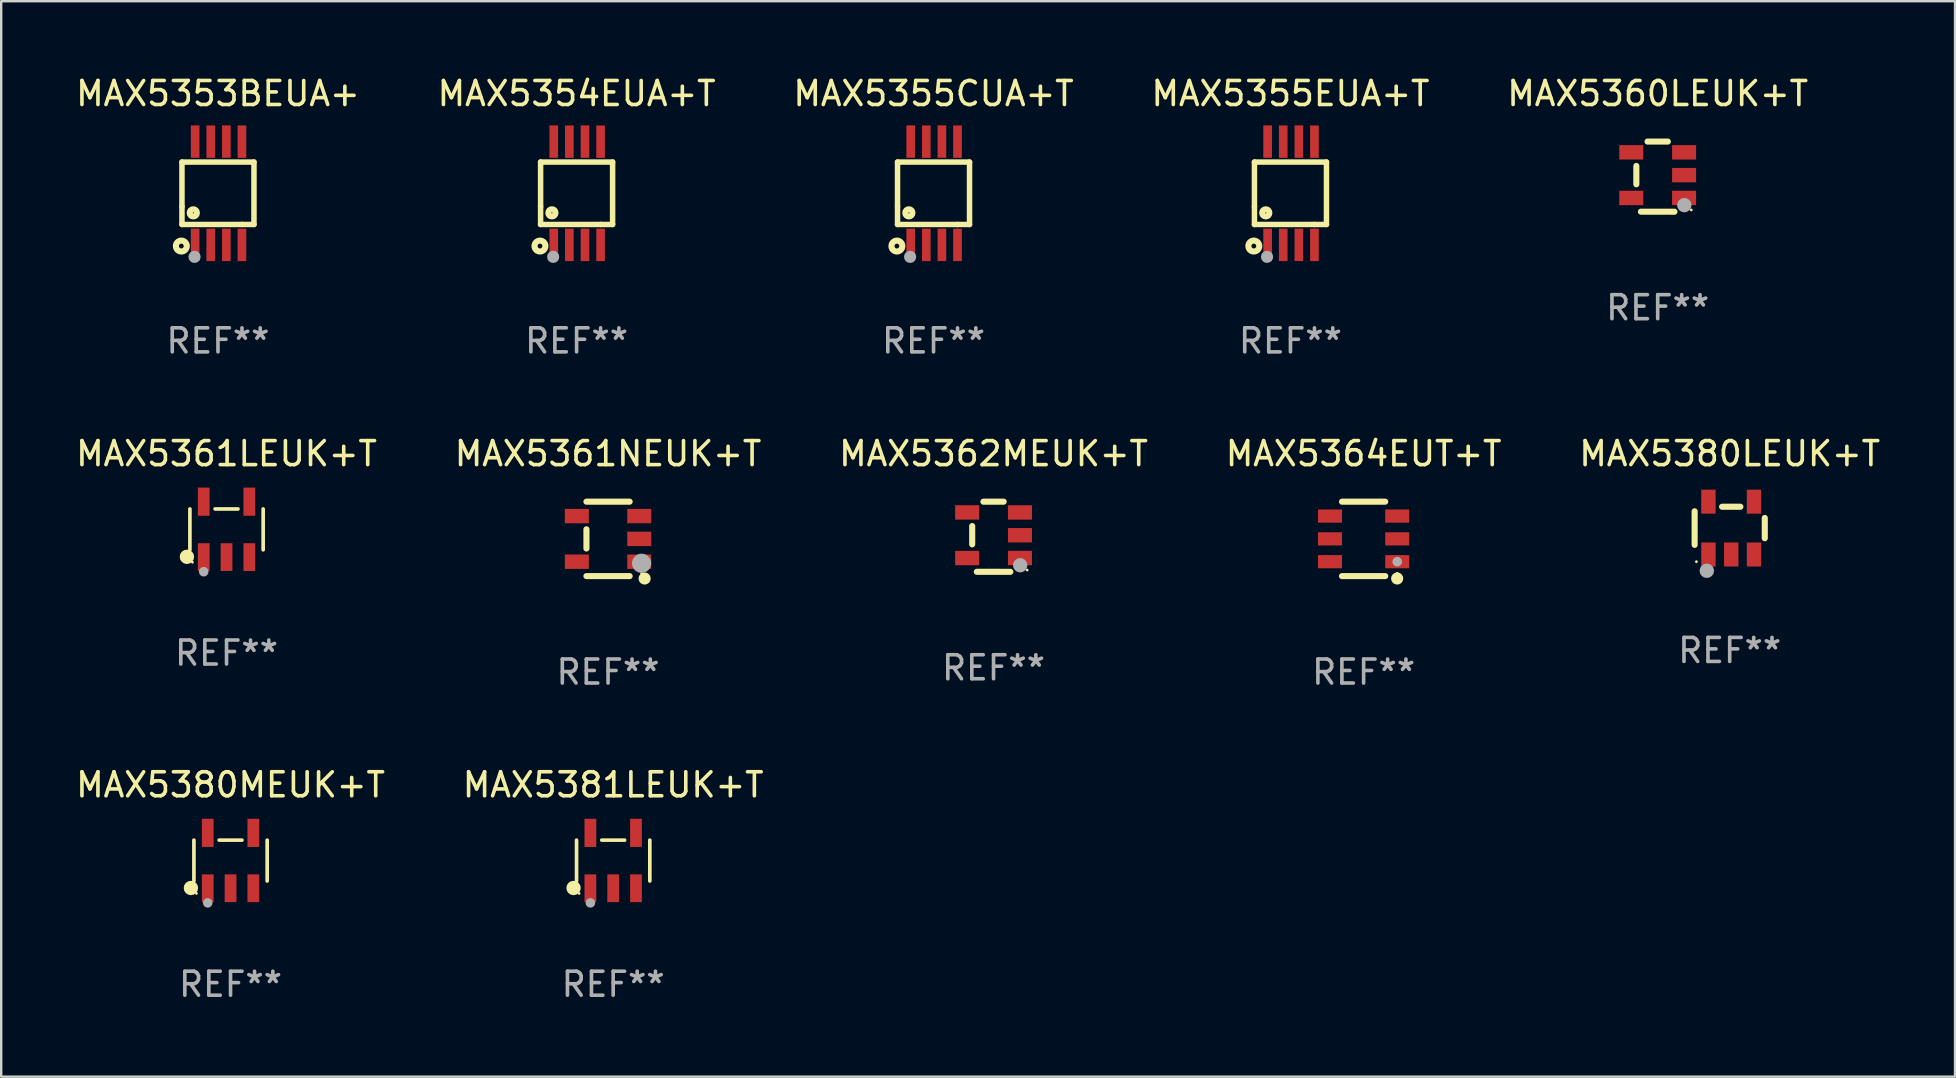
<source format=kicad_pcb>
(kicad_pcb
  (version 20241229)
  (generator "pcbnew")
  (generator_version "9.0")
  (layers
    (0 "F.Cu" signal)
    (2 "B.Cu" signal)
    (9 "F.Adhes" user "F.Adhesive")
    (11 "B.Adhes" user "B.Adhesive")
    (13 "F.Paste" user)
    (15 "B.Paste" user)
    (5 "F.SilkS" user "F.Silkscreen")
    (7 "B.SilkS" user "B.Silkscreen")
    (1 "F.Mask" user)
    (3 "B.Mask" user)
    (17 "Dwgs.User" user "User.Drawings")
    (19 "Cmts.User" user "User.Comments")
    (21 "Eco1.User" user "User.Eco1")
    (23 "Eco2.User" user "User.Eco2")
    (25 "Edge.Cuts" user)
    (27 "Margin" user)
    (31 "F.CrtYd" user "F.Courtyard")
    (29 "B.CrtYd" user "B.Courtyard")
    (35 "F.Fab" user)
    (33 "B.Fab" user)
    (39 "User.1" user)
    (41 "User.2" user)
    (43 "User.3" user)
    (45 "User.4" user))
  (footprint "MAX5355EUA+T"
    (layer "F.Cu")
    (at 50.708 5)
    (property "Reference" "MAX5355EUA+T" (at 0 -4.152 0) (layer "F.SilkS") (effects (font (size 1 1) (thickness 0.15))))
    (attr through_hole)
    (fp_line (start -1.5 1.301) (end 1 1.301) (stroke (width 0.229) (type solid)) (layer "F.SilkS"))
    (fp_line (start -1.5 -1.299) (end -1.5 0.551) (stroke (width 0.229) (type solid)) (layer "F.SilkS"))
    (fp_line (start -1.5 0.551) (end -1.5 1.301) (stroke (width 0.229) (type solid)) (layer "F.SilkS"))
    (fp_line (start 1 1.301) (end 1.5 1.301) (stroke (width 0.229) (type solid)) (layer "F.SilkS"))
    (fp_line (start 1.5 1.301) (end 1.5 -1.299) (stroke (width 0.229) (type solid)) (layer "F.SilkS"))
    (fp_line (start 1.5 -1.299) (end -1.5 -1.299) (stroke (width 0.229) (type solid)) (layer "F.SilkS"))
    (fp_circle (center -1.526 2.2) (end -1.426 2.2) (stroke (width 0.254) (type solid)) (fill no) (layer "F.SilkS"))
    (fp_circle (center -1.476 2.45) (end -1.446 2.45) (stroke (width 0.06) (type solid)) (fill no) (layer "F.SilkS"))
    (fp_circle (center -1.028 0.817) (end -0.878 0.817) (stroke (width 0.254) (type solid)) (fill no) (layer "F.SilkS"))
    (fp_circle (center -0.976 2.65) (end -0.849 2.65) (stroke (width 0.254) (type solid)) (fill no) (layer "F.Fab"))
    (fp_text user "REF**" (at 0 6.152 0) (layer "F.Fab") (effects (font (size 1 1) (thickness 0.15))))
    (pad "1" smd rect (at -0.951 2.15) (size 0.36 1.35) (layers "F.Cu" "F.Mask" "F.Paste"))
    (pad "2" smd rect (at -0.301 2.152) (size 0.36 1.35) (layers "F.Cu" "F.Mask" "F.Paste"))
    (pad "3" smd rect (at 0.349 2.151) (size 0.36 1.35) (layers "F.Cu" "F.Mask" "F.Paste"))
    (pad "4" smd rect (at 0.999 2.152) (size 0.36 1.35) (layers "F.Cu" "F.Mask" "F.Paste"))
    (pad "5" smd rect (at 0.999 -2.149) (size 0.36 1.35) (layers "F.Cu" "F.Mask" "F.Paste"))
    (pad "6" smd rect (at 0.349 -2.152) (size 0.36 1.35) (layers "F.Cu" "F.Mask" "F.Paste"))
    (pad "7" smd rect (at -0.301 -2.149) (size 0.36 1.35) (layers "F.Cu" "F.Mask" "F.Paste"))
    (pad "8" smd rect (at -0.951 -2.152) (size 0.36 1.35) (layers "F.Cu" "F.Mask" "F.Paste")))
  (footprint "MAX5381LEUK+T"
    (layer "F.Cu")
    (at 22.494 32.799)
    (property "Reference" "MAX5381LEUK+T" (at 0 -3.154 0) (layer "F.SilkS") (effects (font (size 1 1) (thickness 0.15))))
    (attr through_hole)
    (fp_line (start -1.526 0.851) (end -1.526 -0.851) (stroke (width 0.152) (type solid)) (layer "F.SilkS"))
    (fp_line (start 0.476 -0.851) (end -0.476 -0.851) (stroke (width 0.152) (type solid)) (layer "F.SilkS"))
    (fp_line (start 1.526 0.851) (end 1.526 -0.851) (stroke (width 0.152) (type solid)) (layer "F.SilkS"))
    (fp_circle (center -1.651 1.143) (end -1.501 1.143) (stroke (width 0.3) (type solid)) (fill no) (layer "F.SilkS"))
    (fp_circle (center -1.42 1.37) (end -1.39 1.37) (stroke (width 0.06) (type solid)) (fill no) (layer "F.SilkS"))
    (fp_circle (center -0.95 1.763) (end -0.85 1.763) (stroke (width 0.2) (type solid)) (fill no) (layer "F.Fab"))
    (fp_text user "REF**" (at 0 5.154 0) (layer "F.Fab") (effects (font (size 1 1) (thickness 0.15))))
    (pad "1" smd rect (at -0.95 1.154) (size 0.49 1.157) (layers "F.Cu" "F.Mask" "F.Paste"))
    (pad "2" smd rect (at 0 1.154) (size 0.49 1.157) (layers "F.Cu" "F.Mask" "F.Paste"))
    (pad "3" smd rect (at 0.95 1.154) (size 0.49 1.157) (layers "F.Cu" "F.Mask" "F.Paste"))
    (pad "4" smd rect (at 0.95 -1.154) (size 0.49 1.175) (layers "F.Cu" "F.Mask" "F.Paste"))
    (pad "5" smd rect (at -0.95 -1.154) (size 0.49 1.175) (layers "F.Cu" "F.Mask" "F.Paste")))
  (footprint "MAX5360LEUK+T"
    (layer "F.Cu")
    (at 66.006 4.309)
    (property "Reference" "MAX5360LEUK+T" (at 0 -3.461 0) (layer "F.SilkS") (effects (font (size 1 1) (thickness 0.15))))
    (attr through_hole)
    (fp_line (start -0.889 0.317) (end -0.889 -0.445) (stroke (width 0.254) (type solid)) (layer "F.SilkS"))
    (fp_line (start -0.698 1.46) (end 0.699 1.461) (stroke (width 0.254) (type solid)) (layer "F.SilkS"))
    (fp_line (start -0.422 -1.461) (end 0.422 -1.461) (stroke (width 0.254) (type solid)) (layer "F.SilkS"))
    (fp_circle (center 1.4 1.387) (end 1.43 1.387) (stroke (width 0.06) (type solid)) (fill no) (layer "F.SilkS"))
    (fp_circle (center 1.11 1.187) (end 1.26 1.187) (stroke (width 0.3) (type solid)) (fill no) (layer "F.Fab"))
    (fp_text user "REF**" (at 0 5.461 0) (layer "F.Fab") (effects (font (size 1 1) (thickness 0.15))))
    (pad "1" smd rect (at 1.1 0.886 90) (size 0.6 1) (layers "F.Cu" "F.Mask" "F.Paste"))
    (pad "2" smd rect (at 1.1 -0.063 90) (size 0.6 1) (layers "F.Cu" "F.Mask" "F.Paste"))
    (pad "3" smd rect (at 1.1 -1.013 90) (size 0.6 1) (layers "F.Cu" "F.Mask" "F.Paste"))
    (pad "4" smd rect (at -1.1 -1.014 90) (size 0.6 1) (layers "F.Cu" "F.Mask" "F.Paste"))
    (pad "5" smd rect (at -1.1 0.887 90) (size 0.6 1) (layers "F.Cu" "F.Mask" "F.Paste")))
  (footprint "MAX5361NEUK+T"
    (layer "F.Cu")
    (at 22.28 19.399)
    (property "Reference" "MAX5361NEUK+T" (at 0 -3.55 0) (layer "F.SilkS") (effects (font (size 1 1) (thickness 0.15))))
    (attr through_hole)
    (fp_line (start -0.9 -1.55) (end 0.9 -1.55) (stroke (width 0.254) (type solid)) (layer "F.SilkS"))
    (fp_line (start -0.9 0.4) (end -0.9 -0.4) (stroke (width 0.254) (type solid)) (layer "F.SilkS"))
    (fp_line (start -0.9 1.55) (end 0.9 1.55) (stroke (width 0.254) (type solid)) (layer "F.SilkS"))
    (fp_circle (center 1.4 1.45) (end 1.43 1.45) (stroke (width 0.06) (type solid)) (fill no) (layer "F.SilkS"))
    (fp_circle (center 1.524 1.651) (end 1.651 1.651) (stroke (width 0.254) (type solid)) (fill no) (layer "F.SilkS"))
    (fp_circle (center 1.397 1.016) (end 1.597 1.016) (stroke (width 0.4) (type solid)) (fill no) (layer "F.Fab"))
    (fp_text user "REF**" (at 0 5.55 0) (layer "F.Fab") (effects (font (size 1 1) (thickness 0.15))))
    (pad "1" smd rect (at 1.3 0.95) (size 1 0.6) (layers "F.Cu" "F.Mask" "F.Paste"))
    (pad "2" smd rect (at 1.3 -0.000051) (size 1 0.6) (layers "F.Cu" "F.Mask" "F.Paste"))
    (pad "3" smd rect (at 1.3 -0.95) (size 1 0.6) (layers "F.Cu" "F.Mask" "F.Paste"))
    (pad "4" smd rect (at -1.3 -0.95) (size 1 0.6) (layers "F.Cu" "F.Mask" "F.Paste"))
    (pad "5" smd rect (at -1.3 0.95) (size 1 0.6) (layers "F.Cu" "F.Mask" "F.Paste")))
  (footprint "MAX5354EUA+T"
    (layer "F.Cu")
    (at 20.97 5)
    (property "Reference" "MAX5354EUA+T" (at 0 -4.152 0) (layer "F.SilkS") (effects (font (size 1 1) (thickness 0.15))))
    (attr through_hole)
    (fp_line (start -1.5 1.301) (end 1 1.301) (stroke (width 0.229) (type solid)) (layer "F.SilkS"))
    (fp_line (start -1.5 -1.299) (end -1.5 0.551) (stroke (width 0.229) (type solid)) (layer "F.SilkS"))
    (fp_line (start -1.5 0.551) (end -1.5 1.301) (stroke (width 0.229) (type solid)) (layer "F.SilkS"))
    (fp_line (start 1 1.301) (end 1.5 1.301) (stroke (width 0.229) (type solid)) (layer "F.SilkS"))
    (fp_line (start 1.5 1.301) (end 1.5 -1.299) (stroke (width 0.229) (type solid)) (layer "F.SilkS"))
    (fp_line (start 1.5 -1.299) (end -1.5 -1.299) (stroke (width 0.229) (type solid)) (layer "F.SilkS"))
    (fp_circle (center -1.526 2.2) (end -1.426 2.2) (stroke (width 0.254) (type solid)) (fill no) (layer "F.SilkS"))
    (fp_circle (center -1.476 2.45) (end -1.446 2.45) (stroke (width 0.06) (type solid)) (fill no) (layer "F.SilkS"))
    (fp_circle (center -1.028 0.817) (end -0.878 0.817) (stroke (width 0.254) (type solid)) (fill no) (layer "F.SilkS"))
    (fp_circle (center -0.976 2.65) (end -0.849 2.65) (stroke (width 0.254) (type solid)) (fill no) (layer "F.Fab"))
    (fp_text user "REF**" (at 0 6.152 0) (layer "F.Fab") (effects (font (size 1 1) (thickness 0.15))))
    (pad "1" smd rect (at -0.951 2.15) (size 0.36 1.35) (layers "F.Cu" "F.Mask" "F.Paste"))
    (pad "2" smd rect (at -0.301 2.152) (size 0.36 1.35) (layers "F.Cu" "F.Mask" "F.Paste"))
    (pad "3" smd rect (at 0.349 2.151) (size 0.36 1.35) (layers "F.Cu" "F.Mask" "F.Paste"))
    (pad "4" smd rect (at 0.999 2.152) (size 0.36 1.35) (layers "F.Cu" "F.Mask" "F.Paste"))
    (pad "5" smd rect (at 0.999 -2.149) (size 0.36 1.35) (layers "F.Cu" "F.Mask" "F.Paste"))
    (pad "6" smd rect (at 0.349 -2.152) (size 0.36 1.35) (layers "F.Cu" "F.Mask" "F.Paste"))
    (pad "7" smd rect (at -0.301 -2.149) (size 0.36 1.35) (layers "F.Cu" "F.Mask" "F.Paste"))
    (pad "8" smd rect (at -0.951 -2.152) (size 0.36 1.35) (layers "F.Cu" "F.Mask" "F.Paste")))
  (footprint "MAX5361LEUK+T"
    (layer "F.Cu")
    (at 6.387 19.003)
    (property "Reference" "MAX5361LEUK+T" (at 0 -3.154 0) (layer "F.SilkS") (effects (font (size 1 1) (thickness 0.15))))
    (attr through_hole)
    (fp_line (start -1.526 0.851) (end -1.526 -0.851) (stroke (width 0.152) (type solid)) (layer "F.SilkS"))
    (fp_line (start 0.476 -0.851) (end -0.476 -0.851) (stroke (width 0.152) (type solid)) (layer "F.SilkS"))
    (fp_line (start 1.526 0.851) (end 1.526 -0.851) (stroke (width 0.152) (type solid)) (layer "F.SilkS"))
    (fp_circle (center -1.651 1.143) (end -1.501 1.143) (stroke (width 0.3) (type solid)) (fill no) (layer "F.SilkS"))
    (fp_circle (center -1.42 1.37) (end -1.39 1.37) (stroke (width 0.06) (type solid)) (fill no) (layer "F.SilkS"))
    (fp_circle (center -0.95 1.763) (end -0.85 1.763) (stroke (width 0.2) (type solid)) (fill no) (layer "F.Fab"))
    (fp_text user "REF**" (at 0 5.154 0) (layer "F.Fab") (effects (font (size 1 1) (thickness 0.15))))
    (pad "1" smd rect (at -0.95 1.154) (size 0.49 1.157) (layers "F.Cu" "F.Mask" "F.Paste"))
    (pad "2" smd rect (at 0 1.154) (size 0.49 1.157) (layers "F.Cu" "F.Mask" "F.Paste"))
    (pad "3" smd rect (at 0.95 1.154) (size 0.49 1.157) (layers "F.Cu" "F.Mask" "F.Paste"))
    (pad "4" smd rect (at 0.95 -1.154) (size 0.49 1.175) (layers "F.Cu" "F.Mask" "F.Paste"))
    (pad "5" smd rect (at -0.95 -1.154) (size 0.49 1.175) (layers "F.Cu" "F.Mask" "F.Paste")))
  (footprint "MAX5380MEUK+T"
    (layer "F.Cu")
    (at 6.554 32.799)
    (property "Reference" "MAX5380MEUK+T" (at 0 -3.154 0) (layer "F.SilkS") (effects (font (size 1 1) (thickness 0.15))))
    (attr through_hole)
    (fp_line (start -1.526 0.851) (end -1.526 -0.851) (stroke (width 0.152) (type solid)) (layer "F.SilkS"))
    (fp_line (start 0.476 -0.851) (end -0.476 -0.851) (stroke (width 0.152) (type solid)) (layer "F.SilkS"))
    (fp_line (start 1.526 0.851) (end 1.526 -0.851) (stroke (width 0.152) (type solid)) (layer "F.SilkS"))
    (fp_circle (center -1.651 1.143) (end -1.501 1.143) (stroke (width 0.3) (type solid)) (fill no) (layer "F.SilkS"))
    (fp_circle (center -1.42 1.37) (end -1.39 1.37) (stroke (width 0.06) (type solid)) (fill no) (layer "F.SilkS"))
    (fp_circle (center -0.95 1.763) (end -0.85 1.763) (stroke (width 0.2) (type solid)) (fill no) (layer "F.Fab"))
    (fp_text user "REF**" (at 0 5.154 0) (layer "F.Fab") (effects (font (size 1 1) (thickness 0.15))))
    (pad "1" smd rect (at -0.95 1.154) (size 0.49 1.157) (layers "F.Cu" "F.Mask" "F.Paste"))
    (pad "2" smd rect (at 0 1.154) (size 0.49 1.157) (layers "F.Cu" "F.Mask" "F.Paste"))
    (pad "3" smd rect (at 0.95 1.154) (size 0.49 1.157) (layers "F.Cu" "F.Mask" "F.Paste"))
    (pad "4" smd rect (at 0.95 -1.154) (size 0.49 1.175) (layers "F.Cu" "F.Mask" "F.Paste"))
    (pad "5" smd rect (at -0.95 -1.154) (size 0.49 1.175) (layers "F.Cu" "F.Mask" "F.Paste")))
  (footprint "MAX5353BEUA+"
    (layer "F.Cu")
    (at 6.03 5)
    (property "Reference" "MAX5353BEUA+" (at 0 -4.152 0) (layer "F.SilkS") (effects (font (size 1 1) (thickness 0.15))))
    (attr through_hole)
    (fp_line (start -1.5 1.301) (end 1 1.301) (stroke (width 0.229) (type solid)) (layer "F.SilkS"))
    (fp_line (start -1.5 -1.299) (end -1.5 0.551) (stroke (width 0.229) (type solid)) (layer "F.SilkS"))
    (fp_line (start -1.5 0.551) (end -1.5 1.301) (stroke (width 0.229) (type solid)) (layer "F.SilkS"))
    (fp_line (start 1 1.301) (end 1.5 1.301) (stroke (width 0.229) (type solid)) (layer "F.SilkS"))
    (fp_line (start 1.5 1.301) (end 1.5 -1.299) (stroke (width 0.229) (type solid)) (layer "F.SilkS"))
    (fp_line (start 1.5 -1.299) (end -1.5 -1.299) (stroke (width 0.229) (type solid)) (layer "F.SilkS"))
    (fp_circle (center -1.526 2.2) (end -1.426 2.2) (stroke (width 0.254) (type solid)) (fill no) (layer "F.SilkS"))
    (fp_circle (center -1.476 2.45) (end -1.446 2.45) (stroke (width 0.06) (type solid)) (fill no) (layer "F.SilkS"))
    (fp_circle (center -1.028 0.817) (end -0.878 0.817) (stroke (width 0.254) (type solid)) (fill no) (layer "F.SilkS"))
    (fp_circle (center -0.976 2.65) (end -0.849 2.65) (stroke (width 0.254) (type solid)) (fill no) (layer "F.Fab"))
    (fp_text user "REF**" (at 0 6.152 0) (layer "F.Fab") (effects (font (size 1 1) (thickness 0.15))))
    (pad "1" smd rect (at -0.951 2.15) (size 0.36 1.35) (layers "F.Cu" "F.Mask" "F.Paste"))
    (pad "2" smd rect (at -0.301 2.152) (size 0.36 1.35) (layers "F.Cu" "F.Mask" "F.Paste"))
    (pad "3" smd rect (at 0.349 2.151) (size 0.36 1.35) (layers "F.Cu" "F.Mask" "F.Paste"))
    (pad "4" smd rect (at 0.999 2.152) (size 0.36 1.35) (layers "F.Cu" "F.Mask" "F.Paste"))
    (pad "5" smd rect (at 0.999 -2.149) (size 0.36 1.35) (layers "F.Cu" "F.Mask" "F.Paste"))
    (pad "6" smd rect (at 0.349 -2.152) (size 0.36 1.35) (layers "F.Cu" "F.Mask" "F.Paste"))
    (pad "7" smd rect (at -0.301 -2.149) (size 0.36 1.35) (layers "F.Cu" "F.Mask" "F.Paste"))
    (pad "8" smd rect (at -0.951 -2.152) (size 0.36 1.35) (layers "F.Cu" "F.Mask" "F.Paste")))
  (footprint "MAX5380LEUK+T"
    (layer "F.Cu")
    (at 69.006 18.949)
    (property "Reference" "MAX5380LEUK+T" (at 0 -3.1 0) (layer "F.SilkS") (effects (font (size 1 1) (thickness 0.15))))
    (attr through_hole)
    (fp_line (start -1.461 -0.699) (end -1.461 0.699) (stroke (width 0.254) (type solid)) (layer "F.SilkS"))
    (fp_line (start -0.318 -0.889) (end 0.445 -0.889) (stroke (width 0.254) (type solid)) (layer "F.SilkS"))
    (fp_line (start 1.461 -0.422) (end 1.461 0.422) (stroke (width 0.254) (type solid)) (layer "F.SilkS"))
    (fp_circle (center -1.387 1.4) (end -1.357 1.4) (stroke (width 0.06) (type solid)) (fill no) (layer "F.SilkS"))
    (fp_circle (center -0.953 1.778) (end -0.802 1.778) (stroke (width 0.3) (type solid)) (fill no) (layer "F.Fab"))
    (fp_text user "REF**" (at 0 5.1 0) (layer "F.Fab") (effects (font (size 1 1) (thickness 0.15))))
    (pad "1" smd rect (at -0.886 1.1) (size 0.6 1) (layers "F.Cu" "F.Mask" "F.Paste"))
    (pad "2" smd rect (at 0.064 1.1) (size 0.6 1) (layers "F.Cu" "F.Mask" "F.Paste"))
    (pad "3" smd rect (at 1.013 1.1) (size 0.6 1) (layers "F.Cu" "F.Mask" "F.Paste"))
    (pad "4" smd rect (at 1.013 -1.1) (size 0.6 1) (layers "F.Cu" "F.Mask" "F.Paste"))
    (pad "5" smd rect (at -0.886 -1.1) (size 0.6 1) (layers "F.Cu" "F.Mask" "F.Paste")))
  (footprint "MAX5355CUA+T"
    (layer "F.Cu")
    (at 35.839 5)
    (property "Reference" "MAX5355CUA+T" (at 0 -4.152 0) (layer "F.SilkS") (effects (font (size 1 1) (thickness 0.15))))
    (attr through_hole)
    (fp_line (start -1.5 1.301) (end 1 1.301) (stroke (width 0.229) (type solid)) (layer "F.SilkS"))
    (fp_line (start -1.5 -1.299) (end -1.5 0.551) (stroke (width 0.229) (type solid)) (layer "F.SilkS"))
    (fp_line (start -1.5 0.551) (end -1.5 1.301) (stroke (width 0.229) (type solid)) (layer "F.SilkS"))
    (fp_line (start 1 1.301) (end 1.5 1.301) (stroke (width 0.229) (type solid)) (layer "F.SilkS"))
    (fp_line (start 1.5 1.301) (end 1.5 -1.299) (stroke (width 0.229) (type solid)) (layer "F.SilkS"))
    (fp_line (start 1.5 -1.299) (end -1.5 -1.299) (stroke (width 0.229) (type solid)) (layer "F.SilkS"))
    (fp_circle (center -1.526 2.2) (end -1.426 2.2) (stroke (width 0.254) (type solid)) (fill no) (layer "F.SilkS"))
    (fp_circle (center -1.476 2.45) (end -1.446 2.45) (stroke (width 0.06) (type solid)) (fill no) (layer "F.SilkS"))
    (fp_circle (center -1.028 0.817) (end -0.878 0.817) (stroke (width 0.254) (type solid)) (fill no) (layer "F.SilkS"))
    (fp_circle (center -0.976 2.65) (end -0.849 2.65) (stroke (width 0.254) (type solid)) (fill no) (layer "F.Fab"))
    (fp_text user "REF**" (at 0 6.152 0) (layer "F.Fab") (effects (font (size 1 1) (thickness 0.15))))
    (pad "1" smd rect (at -0.951 2.15) (size 0.36 1.35) (layers "F.Cu" "F.Mask" "F.Paste"))
    (pad "2" smd rect (at -0.301 2.152) (size 0.36 1.35) (layers "F.Cu" "F.Mask" "F.Paste"))
    (pad "3" smd rect (at 0.349 2.151) (size 0.36 1.35) (layers "F.Cu" "F.Mask" "F.Paste"))
    (pad "4" smd rect (at 0.999 2.152) (size 0.36 1.35) (layers "F.Cu" "F.Mask" "F.Paste"))
    (pad "5" smd rect (at 0.999 -2.149) (size 0.36 1.35) (layers "F.Cu" "F.Mask" "F.Paste"))
    (pad "6" smd rect (at 0.349 -2.152) (size 0.36 1.35) (layers "F.Cu" "F.Mask" "F.Paste"))
    (pad "7" smd rect (at -0.301 -2.149) (size 0.36 1.35) (layers "F.Cu" "F.Mask" "F.Paste"))
    (pad "8" smd rect (at -0.951 -2.152) (size 0.36 1.35) (layers "F.Cu" "F.Mask" "F.Paste")))
  (footprint "MAX5362MEUK+T"
    (layer "F.Cu")
    (at 38.339 19.31)
    (property "Reference" "MAX5362MEUK+T" (at 0 -3.461 0) (layer "F.SilkS") (effects (font (size 1 1) (thickness 0.15))))
    (attr through_hole)
    (fp_line (start -0.889 0.317) (end -0.889 -0.445) (stroke (width 0.254) (type solid)) (layer "F.SilkS"))
    (fp_line (start -0.698 1.46) (end 0.699 1.461) (stroke (width 0.254) (type solid)) (layer "F.SilkS"))
    (fp_line (start -0.422 -1.461) (end 0.422 -1.461) (stroke (width 0.254) (type solid)) (layer "F.SilkS"))
    (fp_circle (center 1.4 1.387) (end 1.43 1.387) (stroke (width 0.06) (type solid)) (fill no) (layer "F.SilkS"))
    (fp_circle (center 1.11 1.187) (end 1.26 1.187) (stroke (width 0.3) (type solid)) (fill no) (layer "F.Fab"))
    (fp_text user "REF**" (at 0 5.461 0) (layer "F.Fab") (effects (font (size 1 1) (thickness 0.15))))
    (pad "1" smd rect (at 1.1 0.886 90) (size 0.6 1) (layers "F.Cu" "F.Mask" "F.Paste"))
    (pad "2" smd rect (at 1.1 -0.063 90) (size 0.6 1) (layers "F.Cu" "F.Mask" "F.Paste"))
    (pad "3" smd rect (at 1.1 -1.013 90) (size 0.6 1) (layers "F.Cu" "F.Mask" "F.Paste"))
    (pad "4" smd rect (at -1.1 -1.014 90) (size 0.6 1) (layers "F.Cu" "F.Mask" "F.Paste"))
    (pad "5" smd rect (at -1.1 0.887 90) (size 0.6 1) (layers "F.Cu" "F.Mask" "F.Paste")))
  (footprint "MAX5364EUT+T"
    (layer "F.Cu")
    (at 53.756 19.399)
    (property "Reference" "MAX5364EUT+T" (at 0 -3.55 0) (layer "F.SilkS") (effects (font (size 1 1) (thickness 0.15))))
    (attr through_hole)
    (fp_line (start -0.9 -1.55) (end 0.9 -1.55) (stroke (width 0.254) (type solid)) (layer "F.SilkS"))
    (fp_line (start -0.9 1.55) (end 0.9 1.55) (stroke (width 0.254) (type solid)) (layer "F.SilkS"))
    (fp_circle (center 1.397 1.651) (end 1.524 1.651) (stroke (width 0.254) (type solid)) (fill no) (layer "F.SilkS"))
    (fp_circle (center 1.4 1.435) (end 1.43 1.435) (stroke (width 0.06) (type solid)) (fill no) (layer "F.SilkS"))
    (fp_circle (center 1.4 0.95) (end 1.5 0.95) (stroke (width 0.2) (type solid)) (fill no) (layer "F.Fab"))
    (fp_text user "REF**" (at 0 5.55 0) (layer "F.Fab") (effects (font (size 1 1) (thickness 0.15))))
    (pad "1" smd rect (at 1.4 0.95) (size 1 0.55) (layers "F.Cu" "F.Mask" "F.Paste"))
    (pad "2" smd rect (at 1.4 -0.000102) (size 1 0.55) (layers "F.Cu" "F.Mask" "F.Paste"))
    (pad "3" smd rect (at 1.4 -0.95) (size 1 0.55) (layers "F.Cu" "F.Mask" "F.Paste"))
    (pad "4" smd rect (at -1.4 -0.95) (size 1 0.55) (layers "F.Cu" "F.Mask" "F.Paste"))
    (pad "5" smd rect (at -1.4 -0.000102) (size 1 0.55) (layers "F.Cu" "F.Mask" "F.Paste"))
    (pad "6" smd rect (at -1.4 0.95) (size 1 0.55) (layers "F.Cu" "F.Mask" "F.Paste")))
  (gr_rect
    (start -3 -3)
    (end 78.393 41.801)
    (stroke (width 0.1) (type default))
    (fill no)
    (layer "Edge.Cuts")))
</source>
